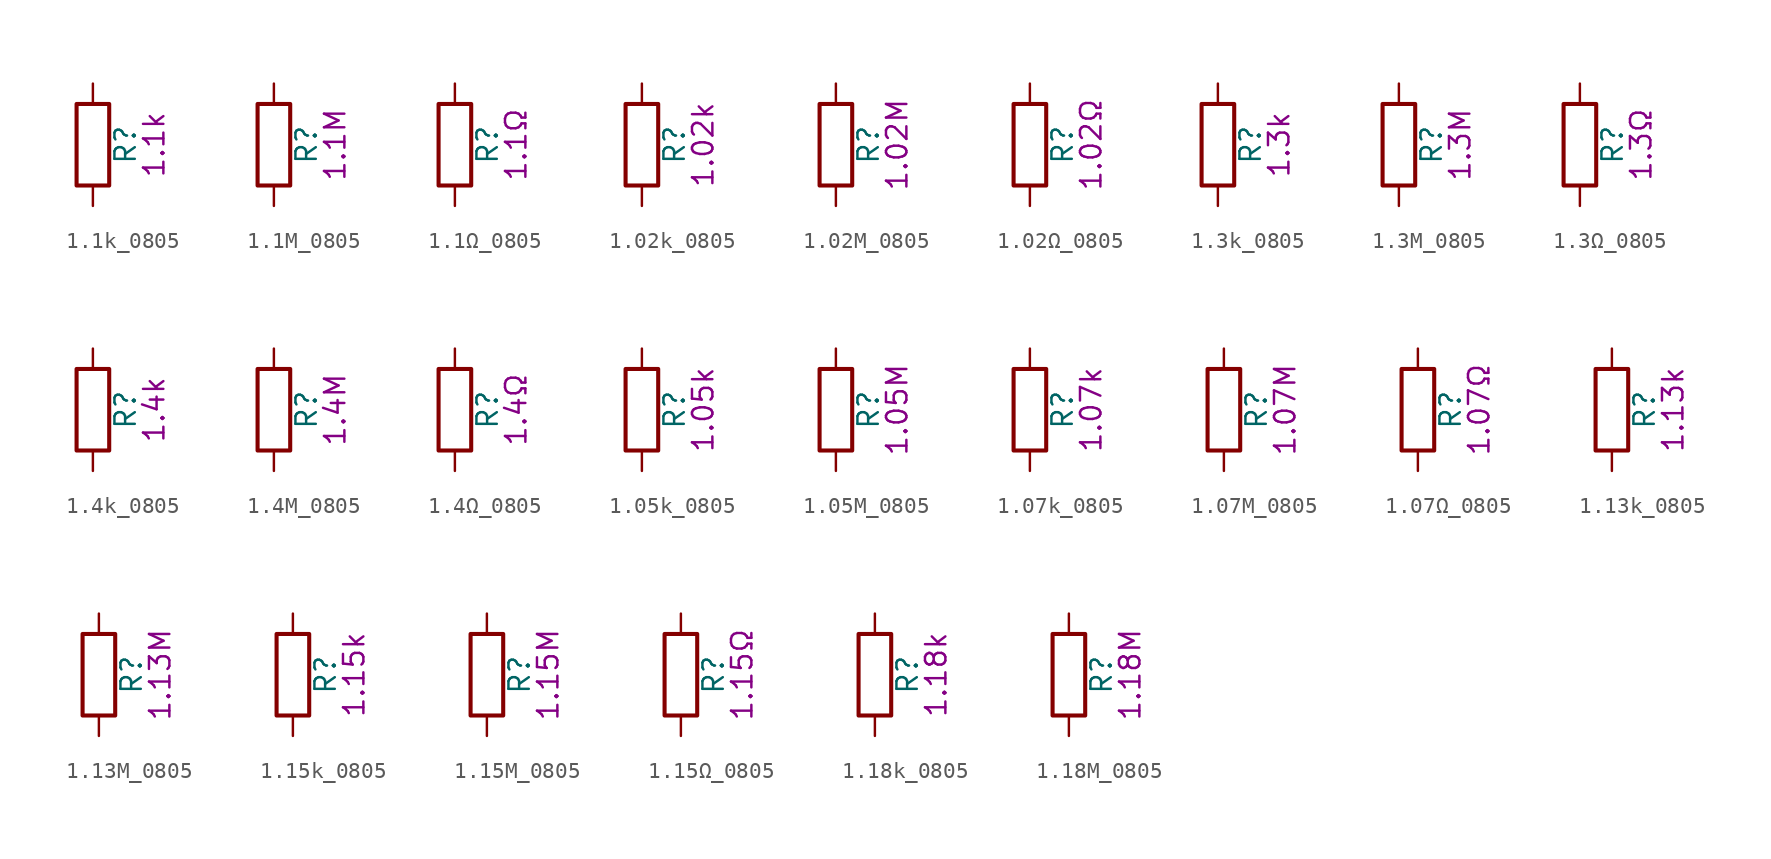
<source format=kicad_sym>
(kicad_symbol_lib
  (version 20211014)
  (generator kicad_symbol_editor)
  (symbol "1.1k_0805"
    (pin_numbers hide)
    (pin_names
      (offset 0))
    (property "Reference" "R"
      (at 2.032 0 90)
      (effects (font (size 1.27 1.27))))
    (property "Display" "1.1k"
      (at 3.81 0 90)
      (effects (font (size 1.27 1.27))))
    (symbol "1.1k_0805_0_1"
      (rectangle (start -1.016 -2.54) (end 1.016 2.54) (stroke (width 0.254) (type default) (color 0 0 0 0)) (fill (type none))))
    (symbol "1.1k_0805_1_1"
      (pin passive line (at 0 3.81 270) (length 1.27) (name "~" (effects (font (size 1.27 1.27)))) (number "1" (effects (font (size 1.27 1.27)))))
      (pin passive line (at 0 -3.81 90) (length 1.27) (name "~" (effects (font (size 1.27 1.27)))) (number "2" (effects (font (size 1.27 1.27)))))))
  (symbol "1.1M_0805"
    (pin_numbers hide)
    (pin_names
      (offset 0))
    (property "Reference" "R"
      (at 2.032 0 90)
      (effects (font (size 1.27 1.27))))
    (property "Display" "1.1M"
      (at 3.81 0 90)
      (effects (font (size 1.27 1.27))))
    (symbol "1.1M_0805_0_1"
      (rectangle (start -1.016 -2.54) (end 1.016 2.54) (stroke (width 0.254) (type default) (color 0 0 0 0)) (fill (type none))))
    (symbol "1.1M_0805_1_1"
      (pin passive line (at 0 3.81 270) (length 1.27) (name "~" (effects (font (size 1.27 1.27)))) (number "1" (effects (font (size 1.27 1.27)))))
      (pin passive line (at 0 -3.81 90) (length 1.27) (name "~" (effects (font (size 1.27 1.27)))) (number "2" (effects (font (size 1.27 1.27)))))))
  (symbol "1.1Ω_0805"
    (pin_numbers hide)
    (pin_names
      (offset 0))
    (property "Reference" "R"
      (at 2.032 0 90)
      (effects (font (size 1.27 1.27))))
    (property "Display" "1.1Ω"
      (at 3.81 0 90)
      (effects (font (size 1.27 1.27))))
    (symbol "1.1Ω_0805_0_1"
      (rectangle (start -1.016 -2.54) (end 1.016 2.54) (stroke (width 0.254) (type default) (color 0 0 0 0)) (fill (type none))))
    (symbol "1.1Ω_0805_1_1"
      (pin passive line (at 0 3.81 270) (length 1.27) (name "~" (effects (font (size 1.27 1.27)))) (number "1" (effects (font (size 1.27 1.27)))))
      (pin passive line (at 0 -3.81 90) (length 1.27) (name "~" (effects (font (size 1.27 1.27)))) (number "2" (effects (font (size 1.27 1.27)))))))
  (symbol "1.02k_0805"
    (pin_numbers hide)
    (pin_names
      (offset 0))
    (property "Reference" "R"
      (at 2.032 0 90)
      (effects (font (size 1.27 1.27))))
    (property "Display" "1.02k"
      (at 3.81 0 90)
      (effects (font (size 1.27 1.27))))
    (symbol "1.02k_0805_0_1"
      (rectangle (start -1.016 -2.54) (end 1.016 2.54) (stroke (width 0.254) (type default) (color 0 0 0 0)) (fill (type none))))
    (symbol "1.02k_0805_1_1"
      (pin passive line (at 0 3.81 270) (length 1.27) (name "~" (effects (font (size 1.27 1.27)))) (number "1" (effects (font (size 1.27 1.27)))))
      (pin passive line (at 0 -3.81 90) (length 1.27) (name "~" (effects (font (size 1.27 1.27)))) (number "2" (effects (font (size 1.27 1.27)))))))
  (symbol "1.02M_0805"
    (pin_numbers hide)
    (pin_names
      (offset 0))
    (property "Reference" "R"
      (at 2.032 0 90)
      (effects (font (size 1.27 1.27))))
    (property "Display" "1.02M"
      (at 3.81 0 90)
      (effects (font (size 1.27 1.27))))
    (symbol "1.02M_0805_0_1"
      (rectangle (start -1.016 -2.54) (end 1.016 2.54) (stroke (width 0.254) (type default) (color 0 0 0 0)) (fill (type none))))
    (symbol "1.02M_0805_1_1"
      (pin passive line (at 0 3.81 270) (length 1.27) (name "~" (effects (font (size 1.27 1.27)))) (number "1" (effects (font (size 1.27 1.27)))))
      (pin passive line (at 0 -3.81 90) (length 1.27) (name "~" (effects (font (size 1.27 1.27)))) (number "2" (effects (font (size 1.27 1.27)))))))
  (symbol "1.02Ω_0805"
    (pin_numbers hide)
    (pin_names
      (offset 0))
    (property "Reference" "R"
      (at 2.032 0 90)
      (effects (font (size 1.27 1.27))))
    (property "Display" "1.02Ω"
      (at 3.81 0 90)
      (effects (font (size 1.27 1.27))))
    (symbol "1.02Ω_0805_0_1"
      (rectangle (start -1.016 -2.54) (end 1.016 2.54) (stroke (width 0.254) (type default) (color 0 0 0 0)) (fill (type none))))
    (symbol "1.02Ω_0805_1_1"
      (pin passive line (at 0 3.81 270) (length 1.27) (name "~" (effects (font (size 1.27 1.27)))) (number "1" (effects (font (size 1.27 1.27)))))
      (pin passive line (at 0 -3.81 90) (length 1.27) (name "~" (effects (font (size 1.27 1.27)))) (number "2" (effects (font (size 1.27 1.27)))))))
  (symbol "1.3k_0805"
    (pin_numbers hide)
    (pin_names
      (offset 0))
    (property "Reference" "R"
      (at 2.032 0 90)
      (effects (font (size 1.27 1.27))))
    (property "Display" "1.3k"
      (at 3.81 0 90)
      (effects (font (size 1.27 1.27))))
    (symbol "1.3k_0805_0_1"
      (rectangle (start -1.016 -2.54) (end 1.016 2.54) (stroke (width 0.254) (type default) (color 0 0 0 0)) (fill (type none))))
    (symbol "1.3k_0805_1_1"
      (pin passive line (at 0 3.81 270) (length 1.27) (name "~" (effects (font (size 1.27 1.27)))) (number "1" (effects (font (size 1.27 1.27)))))
      (pin passive line (at 0 -3.81 90) (length 1.27) (name "~" (effects (font (size 1.27 1.27)))) (number "2" (effects (font (size 1.27 1.27)))))))
  (symbol "1.3M_0805"
    (pin_numbers hide)
    (pin_names
      (offset 0))
    (property "Reference" "R"
      (at 2.032 0 90)
      (effects (font (size 1.27 1.27))))
    (property "Display" "1.3M"
      (at 3.81 0 90)
      (effects (font (size 1.27 1.27))))
    (symbol "1.3M_0805_0_1"
      (rectangle (start -1.016 -2.54) (end 1.016 2.54) (stroke (width 0.254) (type default) (color 0 0 0 0)) (fill (type none))))
    (symbol "1.3M_0805_1_1"
      (pin passive line (at 0 3.81 270) (length 1.27) (name "~" (effects (font (size 1.27 1.27)))) (number "1" (effects (font (size 1.27 1.27)))))
      (pin passive line (at 0 -3.81 90) (length 1.27) (name "~" (effects (font (size 1.27 1.27)))) (number "2" (effects (font (size 1.27 1.27)))))))
  (symbol "1.3Ω_0805"
    (pin_numbers hide)
    (pin_names
      (offset 0))
    (property "Reference" "R"
      (at 2.032 0 90)
      (effects (font (size 1.27 1.27))))
    (property "Display" "1.3Ω"
      (at 3.81 0 90)
      (effects (font (size 1.27 1.27))))
    (symbol "1.3Ω_0805_0_1"
      (rectangle (start -1.016 -2.54) (end 1.016 2.54) (stroke (width 0.254) (type default) (color 0 0 0 0)) (fill (type none))))
    (symbol "1.3Ω_0805_1_1"
      (pin passive line (at 0 3.81 270) (length 1.27) (name "~" (effects (font (size 1.27 1.27)))) (number "1" (effects (font (size 1.27 1.27)))))
      (pin passive line (at 0 -3.81 90) (length 1.27) (name "~" (effects (font (size 1.27 1.27)))) (number "2" (effects (font (size 1.27 1.27)))))))
  (symbol "1.4k_0805"
    (pin_numbers hide)
    (pin_names
      (offset 0))
    (property "Reference" "R"
      (at 2.032 0 90)
      (effects (font (size 1.27 1.27))))
    (property "Display" "1.4k"
      (at 3.81 0 90)
      (effects (font (size 1.27 1.27))))
    (symbol "1.4k_0805_0_1"
      (rectangle (start -1.016 -2.54) (end 1.016 2.54) (stroke (width 0.254) (type default) (color 0 0 0 0)) (fill (type none))))
    (symbol "1.4k_0805_1_1"
      (pin passive line (at 0 3.81 270) (length 1.27) (name "~" (effects (font (size 1.27 1.27)))) (number "1" (effects (font (size 1.27 1.27)))))
      (pin passive line (at 0 -3.81 90) (length 1.27) (name "~" (effects (font (size 1.27 1.27)))) (number "2" (effects (font (size 1.27 1.27)))))))
  (symbol "1.4M_0805"
    (pin_numbers hide)
    (pin_names
      (offset 0))
    (property "Reference" "R"
      (at 2.032 0 90)
      (effects (font (size 1.27 1.27))))
    (property "Display" "1.4M"
      (at 3.81 0 90)
      (effects (font (size 1.27 1.27))))
    (symbol "1.4M_0805_0_1"
      (rectangle (start -1.016 -2.54) (end 1.016 2.54) (stroke (width 0.254) (type default) (color 0 0 0 0)) (fill (type none))))
    (symbol "1.4M_0805_1_1"
      (pin passive line (at 0 3.81 270) (length 1.27) (name "~" (effects (font (size 1.27 1.27)))) (number "1" (effects (font (size 1.27 1.27)))))
      (pin passive line (at 0 -3.81 90) (length 1.27) (name "~" (effects (font (size 1.27 1.27)))) (number "2" (effects (font (size 1.27 1.27)))))))
  (symbol "1.4Ω_0805"
    (pin_numbers hide)
    (pin_names
      (offset 0))
    (property "Reference" "R"
      (at 2.032 0 90)
      (effects (font (size 1.27 1.27))))
    (property "Display" "1.4Ω"
      (at 3.81 0 90)
      (effects (font (size 1.27 1.27))))
    (symbol "1.4Ω_0805_0_1"
      (rectangle (start -1.016 -2.54) (end 1.016 2.54) (stroke (width 0.254) (type default) (color 0 0 0 0)) (fill (type none))))
    (symbol "1.4Ω_0805_1_1"
      (pin passive line (at 0 3.81 270) (length 1.27) (name "~" (effects (font (size 1.27 1.27)))) (number "1" (effects (font (size 1.27 1.27)))))
      (pin passive line (at 0 -3.81 90) (length 1.27) (name "~" (effects (font (size 1.27 1.27)))) (number "2" (effects (font (size 1.27 1.27)))))))
  (symbol "1.05k_0805"
    (pin_numbers hide)
    (pin_names
      (offset 0))
    (property "Reference" "R"
      (at 2.032 0 90)
      (effects (font (size 1.27 1.27))))
    (property "Display" "1.05k"
      (at 3.81 0 90)
      (effects (font (size 1.27 1.27))))
    (symbol "1.05k_0805_0_1"
      (rectangle (start -1.016 -2.54) (end 1.016 2.54) (stroke (width 0.254) (type default) (color 0 0 0 0)) (fill (type none))))
    (symbol "1.05k_0805_1_1"
      (pin passive line (at 0 3.81 270) (length 1.27) (name "~" (effects (font (size 1.27 1.27)))) (number "1" (effects (font (size 1.27 1.27)))))
      (pin passive line (at 0 -3.81 90) (length 1.27) (name "~" (effects (font (size 1.27 1.27)))) (number "2" (effects (font (size 1.27 1.27)))))))
  (symbol "1.05M_0805"
    (pin_numbers hide)
    (pin_names
      (offset 0))
    (property "Reference" "R"
      (at 2.032 0 90)
      (effects (font (size 1.27 1.27))))
    (property "Display" "1.05M"
      (at 3.81 0 90)
      (effects (font (size 1.27 1.27))))
    (symbol "1.05M_0805_0_1"
      (rectangle (start -1.016 -2.54) (end 1.016 2.54) (stroke (width 0.254) (type default) (color 0 0 0 0)) (fill (type none))))
    (symbol "1.05M_0805_1_1"
      (pin passive line (at 0 3.81 270) (length 1.27) (name "~" (effects (font (size 1.27 1.27)))) (number "1" (effects (font (size 1.27 1.27)))))
      (pin passive line (at 0 -3.81 90) (length 1.27) (name "~" (effects (font (size 1.27 1.27)))) (number "2" (effects (font (size 1.27 1.27)))))))
  (symbol "1.07k_0805"
    (pin_numbers hide)
    (pin_names
      (offset 0))
    (property "Reference" "R"
      (at 2.032 0 90)
      (effects (font (size 1.27 1.27))))
    (property "Display" "1.07k"
      (at 3.81 0 90)
      (effects (font (size 1.27 1.27))))
    (symbol "1.07k_0805_0_1"
      (rectangle (start -1.016 -2.54) (end 1.016 2.54) (stroke (width 0.254) (type default) (color 0 0 0 0)) (fill (type none))))
    (symbol "1.07k_0805_1_1"
      (pin passive line (at 0 3.81 270) (length 1.27) (name "~" (effects (font (size 1.27 1.27)))) (number "1" (effects (font (size 1.27 1.27)))))
      (pin passive line (at 0 -3.81 90) (length 1.27) (name "~" (effects (font (size 1.27 1.27)))) (number "2" (effects (font (size 1.27 1.27)))))))
  (symbol "1.07M_0805"
    (pin_numbers hide)
    (pin_names
      (offset 0))
    (property "Reference" "R"
      (at 2.032 0 90)
      (effects (font (size 1.27 1.27))))
    (property "Display" "1.07M"
      (at 3.81 0 90)
      (effects (font (size 1.27 1.27))))
    (symbol "1.07M_0805_0_1"
      (rectangle (start -1.016 -2.54) (end 1.016 2.54) (stroke (width 0.254) (type default) (color 0 0 0 0)) (fill (type none))))
    (symbol "1.07M_0805_1_1"
      (pin passive line (at 0 3.81 270) (length 1.27) (name "~" (effects (font (size 1.27 1.27)))) (number "1" (effects (font (size 1.27 1.27)))))
      (pin passive line (at 0 -3.81 90) (length 1.27) (name "~" (effects (font (size 1.27 1.27)))) (number "2" (effects (font (size 1.27 1.27)))))))
  (symbol "1.07Ω_0805"
    (pin_numbers hide)
    (pin_names
      (offset 0))
    (property "Reference" "R"
      (at 2.032 0 90)
      (effects (font (size 1.27 1.27))))
    (property "Display" "1.07Ω"
      (at 3.81 0 90)
      (effects (font (size 1.27 1.27))))
    (symbol "1.07Ω_0805_0_1"
      (rectangle (start -1.016 -2.54) (end 1.016 2.54) (stroke (width 0.254) (type default) (color 0 0 0 0)) (fill (type none))))
    (symbol "1.07Ω_0805_1_1"
      (pin passive line (at 0 3.81 270) (length 1.27) (name "~" (effects (font (size 1.27 1.27)))) (number "1" (effects (font (size 1.27 1.27)))))
      (pin passive line (at 0 -3.81 90) (length 1.27) (name "~" (effects (font (size 1.27 1.27)))) (number "2" (effects (font (size 1.27 1.27)))))))
  (symbol "1.13k_0805"
    (pin_numbers hide)
    (pin_names
      (offset 0))
    (property "Reference" "R"
      (at 2.032 0 90)
      (effects (font (size 1.27 1.27))))
    (property "Display" "1.13k"
      (at 3.81 0 90)
      (effects (font (size 1.27 1.27))))
    (symbol "1.13k_0805_0_1"
      (rectangle (start -1.016 -2.54) (end 1.016 2.54) (stroke (width 0.254) (type default) (color 0 0 0 0)) (fill (type none))))
    (symbol "1.13k_0805_1_1"
      (pin passive line (at 0 3.81 270) (length 1.27) (name "~" (effects (font (size 1.27 1.27)))) (number "1" (effects (font (size 1.27 1.27)))))
      (pin passive line (at 0 -3.81 90) (length 1.27) (name "~" (effects (font (size 1.27 1.27)))) (number "2" (effects (font (size 1.27 1.27)))))))
  (symbol "1.13M_0805"
    (pin_numbers hide)
    (pin_names
      (offset 0))
    (property "Reference" "R"
      (at 2.032 0 90)
      (effects (font (size 1.27 1.27))))
    (property "Display" "1.13M"
      (at 3.81 0 90)
      (effects (font (size 1.27 1.27))))
    (symbol "1.13M_0805_0_1"
      (rectangle (start -1.016 -2.54) (end 1.016 2.54) (stroke (width 0.254) (type default) (color 0 0 0 0)) (fill (type none))))
    (symbol "1.13M_0805_1_1"
      (pin passive line (at 0 3.81 270) (length 1.27) (name "~" (effects (font (size 1.27 1.27)))) (number "1" (effects (font (size 1.27 1.27)))))
      (pin passive line (at 0 -3.81 90) (length 1.27) (name "~" (effects (font (size 1.27 1.27)))) (number "2" (effects (font (size 1.27 1.27)))))))
  (symbol "1.15k_0805"
    (pin_numbers hide)
    (pin_names
      (offset 0))
    (property "Reference" "R"
      (at 2.032 0 90)
      (effects (font (size 1.27 1.27))))
    (property "Display" "1.15k"
      (at 3.81 0 90)
      (effects (font (size 1.27 1.27))))
    (symbol "1.15k_0805_0_1"
      (rectangle (start -1.016 -2.54) (end 1.016 2.54) (stroke (width 0.254) (type default) (color 0 0 0 0)) (fill (type none))))
    (symbol "1.15k_0805_1_1"
      (pin passive line (at 0 3.81 270) (length 1.27) (name "~" (effects (font (size 1.27 1.27)))) (number "1" (effects (font (size 1.27 1.27)))))
      (pin passive line (at 0 -3.81 90) (length 1.27) (name "~" (effects (font (size 1.27 1.27)))) (number "2" (effects (font (size 1.27 1.27)))))))
  (symbol "1.15M_0805"
    (pin_numbers hide)
    (pin_names
      (offset 0))
    (property "Reference" "R"
      (at 2.032 0 90)
      (effects (font (size 1.27 1.27))))
    (property "Display" "1.15M"
      (at 3.81 0 90)
      (effects (font (size 1.27 1.27))))
    (symbol "1.15M_0805_0_1"
      (rectangle (start -1.016 -2.54) (end 1.016 2.54) (stroke (width 0.254) (type default) (color 0 0 0 0)) (fill (type none))))
    (symbol "1.15M_0805_1_1"
      (pin passive line (at 0 3.81 270) (length 1.27) (name "~" (effects (font (size 1.27 1.27)))) (number "1" (effects (font (size 1.27 1.27)))))
      (pin passive line (at 0 -3.81 90) (length 1.27) (name "~" (effects (font (size 1.27 1.27)))) (number "2" (effects (font (size 1.27 1.27)))))))
  (symbol "1.15Ω_0805"
    (pin_numbers hide)
    (pin_names
      (offset 0))
    (property "Reference" "R"
      (at 2.032 0 90)
      (effects (font (size 1.27 1.27))))
    (property "Display" "1.15Ω"
      (at 3.81 0 90)
      (effects (font (size 1.27 1.27))))
    (symbol "1.15Ω_0805_0_1"
      (rectangle (start -1.016 -2.54) (end 1.016 2.54) (stroke (width 0.254) (type default) (color 0 0 0 0)) (fill (type none))))
    (symbol "1.15Ω_0805_1_1"
      (pin passive line (at 0 3.81 270) (length 1.27) (name "~" (effects (font (size 1.27 1.27)))) (number "1" (effects (font (size 1.27 1.27)))))
      (pin passive line (at 0 -3.81 90) (length 1.27) (name "~" (effects (font (size 1.27 1.27)))) (number "2" (effects (font (size 1.27 1.27)))))))
  (symbol "1.18k_0805"
    (pin_numbers hide)
    (pin_names
      (offset 0))
    (property "Reference" "R"
      (at 2.032 0 90)
      (effects (font (size 1.27 1.27))))
    (property "Display" "1.18k"
      (at 3.81 0 90)
      (effects (font (size 1.27 1.27))))
    (symbol "1.18k_0805_0_1"
      (rectangle (start -1.016 -2.54) (end 1.016 2.54) (stroke (width 0.254) (type default) (color 0 0 0 0)) (fill (type none))))
    (symbol "1.18k_0805_1_1"
      (pin passive line (at 0 3.81 270) (length 1.27) (name "~" (effects (font (size 1.27 1.27)))) (number "1" (effects (font (size 1.27 1.27)))))
      (pin passive line (at 0 -3.81 90) (length 1.27) (name "~" (effects (font (size 1.27 1.27)))) (number "2" (effects (font (size 1.27 1.27)))))))
  (symbol "1.18M_0805"
    (pin_numbers hide)
    (pin_names
      (offset 0))
    (property "Reference" "R"
      (at 2.032 0 90)
      (effects (font (size 1.27 1.27))))
    (property "Display" "1.18M"
      (at 3.81 0 90)
      (effects (font (size 1.27 1.27))))
    (symbol "1.18M_0805_0_1"
      (rectangle (start -1.016 -2.54) (end 1.016 2.54) (stroke (width 0.254) (type default) (color 0 0 0 0)) (fill (type none))))
    (symbol "1.18M_0805_1_1"
      (pin passive line (at 0 3.81 270) (length 1.27) (name "~" (effects (font (size 1.27 1.27)))) (number "1" (effects (font (size 1.27 1.27)))))
      (pin passive line (at 0 -3.81 90) (length 1.27) (name "~" (effects (font (size 1.27 1.27)))) (number "2" (effects (font (size 1.27 1.27))))))))
</source>
